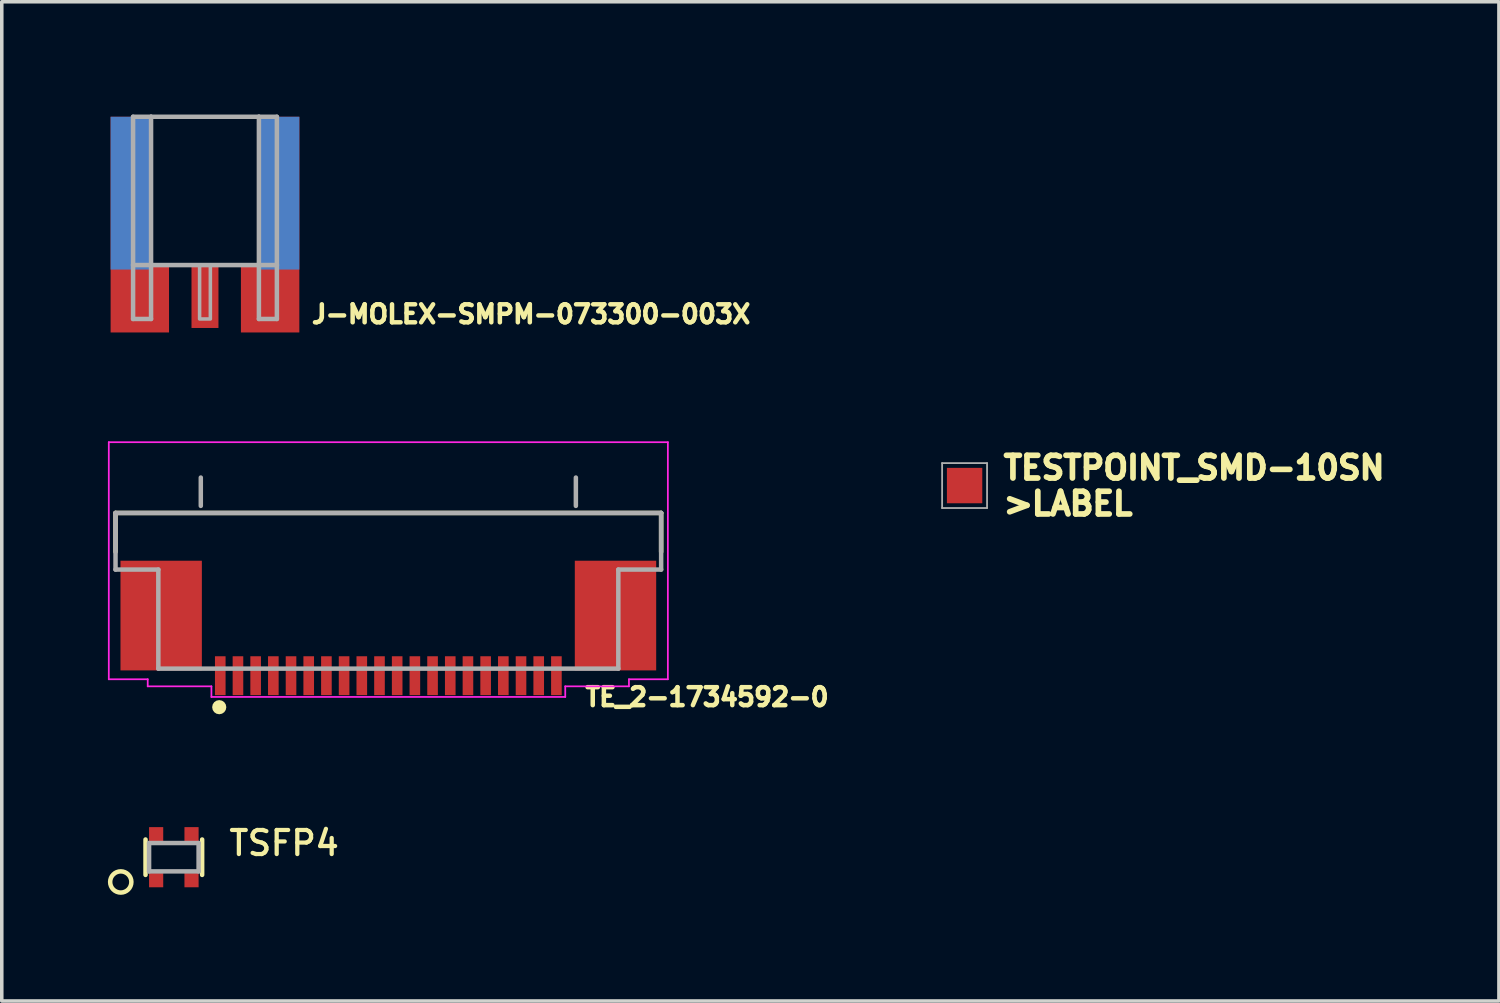
<source format=kicad_pcb>
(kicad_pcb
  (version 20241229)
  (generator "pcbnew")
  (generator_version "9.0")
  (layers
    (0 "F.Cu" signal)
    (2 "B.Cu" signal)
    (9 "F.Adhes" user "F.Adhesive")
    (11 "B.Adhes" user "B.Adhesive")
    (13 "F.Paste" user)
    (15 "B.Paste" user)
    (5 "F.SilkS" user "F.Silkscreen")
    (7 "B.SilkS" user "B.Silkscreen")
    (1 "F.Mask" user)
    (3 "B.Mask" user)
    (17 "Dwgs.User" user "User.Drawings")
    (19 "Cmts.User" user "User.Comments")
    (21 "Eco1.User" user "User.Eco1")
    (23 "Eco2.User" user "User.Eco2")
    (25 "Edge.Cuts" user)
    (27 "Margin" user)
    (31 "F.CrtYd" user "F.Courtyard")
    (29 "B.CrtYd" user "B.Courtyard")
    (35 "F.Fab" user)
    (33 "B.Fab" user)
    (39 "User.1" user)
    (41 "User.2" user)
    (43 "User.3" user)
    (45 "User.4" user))
  (footprint "TESTPOINT_SMD-10SN"
    (layer "F.Cu")
    (at 24.211 10.673)
    (property "Reference" "TESTPOINT_SMD-10SN" (at 1.016 -0.127 0) (layer "F.SilkS") (effects (font (size 0.642 0.642) (thickness 0.171)) (justify left bottom)))
    (fp_line (start -0.635 -0.635) (end -0.635 0.635) (stroke (width 0.051) (type solid)) (layer "F.Fab"))
    (fp_line (start -0.635 0.635) (end 0.635 0.635) (stroke (width 0.051) (type solid)) (layer "F.Fab"))
    (fp_line (start 0.635 -0.635) (end -0.635 -0.635) (stroke (width 0.051) (type solid)) (layer "F.Fab"))
    (fp_line (start 0.635 0.635) (end 0.635 -0.635) (stroke (width 0.051) (type solid)) (layer "F.Fab"))
    (fp_text user ">LABEL" (at 1.016 0.889 0) (layer "F.SilkS") (effects (font (size 0.642 0.642) (thickness 0.171)) (justify left bottom)))
    (pad "TP" smd rect (at 0 0) (size 1 1) (layers "F.Cu" "F.Mask")))
  (footprint "J-MOLEX-SMPM-073300-003X"
    (layer "F.Cu")
    (at 2.743 0.25)
    (property "Reference" "J-MOLEX-SMPM-073300-003X" (at 2.953 5.877 0) (layer "F.SilkS") (effects (font (size 0.508 0.508) (thickness 0.127)) (justify left bottom)))
    (fp_poly (pts (xy -1.575 4.191) (xy -1.016 4.191) (xy -1.016 6.096) (xy -2.667 6.096) (xy -2.667 0) (xy -1.575 0)) (stroke (width 0) (type solid)) (fill yes) (layer "F.Cu"))
    (fp_poly (pts (xy 2.667 6.096) (xy 1.016 6.096) (xy 1.016 4.191) (xy 1.575 4.191) (xy 1.575 0) (xy 2.667 0)) (stroke (width 0) (type solid)) (fill yes) (layer "F.Cu"))
    (fp_poly (pts (xy -1.448 4.115) (xy -0.94 4.115) (xy -0.94 6.172) (xy -2.743 6.172) (xy -2.743 -0.076) (xy -1.448 -0.076)) (stroke (width 0) (type solid)) (fill yes) (layer "F.Mask"))
    (fp_poly (pts (xy 2.743 6.172) (xy 0.94 6.172) (xy 0.94 4.115) (xy 1.448 4.115) (xy 1.448 -0.076) (xy 2.743 -0.076)) (stroke (width 0) (type solid)) (fill yes) (layer "F.Mask"))
    (fp_poly (pts (xy -1.575 4.318) (xy -2.667 4.318) (xy -2.667 0) (xy -1.575 0)) (stroke (width 0) (type solid)) (fill yes) (layer "B.Cu"))
    (fp_poly (pts (xy 2.667 4.318) (xy 1.575 4.318) (xy 1.575 0) (xy 2.667 0)) (stroke (width 0) (type solid)) (fill yes) (layer "B.Cu"))
    (fp_poly (pts (xy -1.448 4.394) (xy -2.743 4.394) (xy -2.743 -0.076) (xy -1.448 -0.076)) (stroke (width 0) (type solid)) (fill yes) (layer "B.Mask"))
    (fp_poly (pts (xy 2.743 4.394) (xy 1.448 4.394) (xy 1.448 -0.076) (xy 2.743 -0.076)) (stroke (width 0) (type solid)) (fill yes) (layer "B.Mask"))
    (fp_line (start -2.032 0) (end -2.032 4.191) (stroke (width 0.127) (type solid)) (layer "F.Fab"))
    (fp_line (start -2.032 4.191) (end -2.032 5.715) (stroke (width 0.127) (type solid)) (layer "F.Fab"))
    (fp_line (start -2.032 4.191) (end -1.524 4.191) (stroke (width 0.127) (type solid)) (layer "F.Fab"))
    (fp_line (start -2.032 5.715) (end -1.524 5.715) (stroke (width 0.127) (type solid)) (layer "F.Fab"))
    (fp_line (start -1.524 0) (end -2.032 0) (stroke (width 0.127) (type solid)) (layer "F.Fab"))
    (fp_line (start -1.524 0) (end -1.524 4.191) (stroke (width 0.127) (type solid)) (layer "F.Fab"))
    (fp_line (start -1.524 4.191) (end 1.524 4.191) (stroke (width 0.127) (type solid)) (layer "F.Fab"))
    (fp_line (start -1.524 5.715) (end -1.524 4.191) (stroke (width 0.127) (type solid)) (layer "F.Fab"))
    (fp_line (start 1.524 0) (end -1.524 0) (stroke (width 0.127) (type solid)) (layer "F.Fab"))
    (fp_line (start 1.524 0) (end 1.524 4.191) (stroke (width 0.127) (type solid)) (layer "F.Fab"))
    (fp_line (start 1.524 4.191) (end 2.032 4.191) (stroke (width 0.127) (type solid)) (layer "F.Fab"))
    (fp_line (start 1.524 5.715) (end 1.524 4.191) (stroke (width 0.127) (type solid)) (layer "F.Fab"))
    (fp_line (start 2.032 0) (end 1.524 0) (stroke (width 0.127) (type solid)) (layer "F.Fab"))
    (fp_line (start 2.032 4.191) (end 2.032 0) (stroke (width 0.127) (type solid)) (layer "F.Fab"))
    (fp_line (start 2.032 4.191) (end 2.032 5.715) (stroke (width 0.127) (type solid)) (layer "F.Fab"))
    (fp_line (start 2.032 5.715) (end 1.524 5.715) (stroke (width 0.127) (type solid)) (layer "F.Fab"))
    (fp_poly (pts (xy -0.152 5.715) (xy 0.152 5.715) (xy 0.152 4.191) (xy -0.152 4.191)) (stroke (width 0.1) (type solid)) (fill no) (layer "F.Fab"))
    (pad "P$1" smd rect (at -1.778 5.08) (size 0.508 0.508) (layers "F.Cu"))
    (pad "P$2" smd rect (at 1.778 5.08) (size 0.508 0.508) (layers "F.Cu"))
    (pad "P$3" smd rect (at -2.032 1.778 180) (size 0.508 0.508) (layers "B.Cu"))
    (pad "P$4" smd rect (at 2.032 1.778 180) (size 0.508 0.508) (layers "B.Cu"))
    (pad "RF" smd rect (at 0 5.08) (size 0.762 1.778) (layers "F.Cu" "F.Mask")))
  (footprint "TSFP4"
    (layer "F.Cu")
    (at 1.863 21.176)
    (property "Reference" "TSFP4" (at 1.5 0 0) (layer "F.SilkS") (effects (font (size 0.68 0.68) (thickness 0.12)) (justify left bottom)))
    (fp_line (start -0.8 -0.5) (end -0.8 0.5) (stroke (width 0.127) (type solid)) (layer "F.SilkS"))
    (fp_line (start 0.8 -0.5) (end 0.8 0.5) (stroke (width 0.127) (type solid)) (layer "F.SilkS"))
    (fp_circle (center -1.5 0.7) (end -1.2 0.7) (stroke (width 0.127) (type solid)) (fill no) (layer "F.SilkS"))
    (fp_line (start -0.7 -0.4) (end 0.7 -0.4) (stroke (width 0.127) (type solid)) (layer "F.Fab"))
    (fp_line (start -0.7 0.4) (end -0.7 -0.4) (stroke (width 0.127) (type solid)) (layer "F.Fab"))
    (fp_line (start 0.7 -0.4) (end 0.7 0.4) (stroke (width 0.127) (type solid)) (layer "F.Fab"))
    (fp_line (start 0.7 0.4) (end -0.7 0.4) (stroke (width 0.127) (type solid)) (layer "F.Fab"))
    (pad "1" smd rect (at -0.5 0.65) (size 0.4 0.4) (layers "F.Cu" "F.Mask" "F.Paste"))
    (pad "2" smd rect (at 0.5 0.65) (size 0.4 0.4) (layers "F.Cu" "F.Mask" "F.Paste"))
    (pad "3" smd rect (at 0.5 -0.65) (size 0.4 0.4) (layers "F.Cu" "F.Mask" "F.Paste"))
    (pad "4" smd rect (at -0.5 -0.65) (size 0.4 0.4) (layers "F.Cu" "F.Mask" "F.Paste")))
  (footprint "TE_2-1734592-0"
    (layer "F.Cu")
    (at 7.925 14.347)
    (property "Reference" "TE_2-1734592-0" (at 5.5 2.6 0) (layer "F.SilkS") (effects (font (size 0.508 0.508) (thickness 0.127)) (justify left bottom)))
    (fp_line (start -7.71 -2.9) (end -7.71 -1.8) (stroke (width 0.127) (type solid)) (layer "F.SilkS"))
    (fp_line (start 7.71 -2.9) (end -7.71 -2.9) (stroke (width 0.127) (type solid)) (layer "F.SilkS"))
    (fp_line (start 7.71 -1.8) (end 7.71 -2.9) (stroke (width 0.127) (type solid)) (layer "F.SilkS"))
    (fp_circle (center -4.779 2.589) (end -4.679 2.589) (stroke (width 0.2) (type solid)) (fill no) (layer "F.SilkS"))
    (fp_poly (pts (xy -7.2 1.1) (xy -5.6 1.1) (xy -5.6 -1.1) (xy -7.2 -1.1)) (stroke (width 0) (type solid)) (fill yes) (layer "F.Paste"))
    (fp_poly (pts (xy 5.7 1.1) (xy 7.3 1.1) (xy 7.3 -1.1) (xy 5.7 -1.1)) (stroke (width 0) (type solid)) (fill yes) (layer "F.Paste"))
    (fp_line (start -7.9 -4.9) (end -7.9 1.8) (stroke (width 0.05) (type solid)) (layer "F.CrtYd"))
    (fp_line (start -6.8 1.8) (end -7.9 1.8) (stroke (width 0.05) (type solid)) (layer "F.CrtYd"))
    (fp_line (start -6.8 2) (end -6.8 1.8) (stroke (width 0.05) (type solid)) (layer "F.CrtYd"))
    (fp_line (start -5 2) (end -6.8 2) (stroke (width 0.05) (type solid)) (layer "F.CrtYd"))
    (fp_line (start -5 2.3) (end -5 2) (stroke (width 0.05) (type solid)) (layer "F.CrtYd"))
    (fp_line (start -5 2.3) (end 5 2.3) (stroke (width 0.05) (type solid)) (layer "F.CrtYd"))
    (fp_line (start 5 2) (end 5 2.3) (stroke (width 0.05) (type solid)) (layer "F.CrtYd"))
    (fp_line (start 6.8 1.8) (end 6.8 2) (stroke (width 0.05) (type solid)) (layer "F.CrtYd"))
    (fp_line (start 6.8 2) (end 5 2) (stroke (width 0.05) (type solid)) (layer "F.CrtYd"))
    (fp_line (start 7.9 -4.9) (end -7.9 -4.9) (stroke (width 0.05) (type solid)) (layer "F.CrtYd"))
    (fp_line (start 7.9 1.8) (end 6.8 1.8) (stroke (width 0.05) (type solid)) (layer "F.CrtYd"))
    (fp_line (start 7.9 1.8) (end 7.9 -4.9) (stroke (width 0.05) (type solid)) (layer "F.CrtYd"))
    (fp_line (start -7.71 -1.3) (end -7.71 -2.9) (stroke (width 0.127) (type solid)) (layer "F.Fab"))
    (fp_line (start -6.5 -1.3) (end -7.71 -1.3) (stroke (width 0.127) (type solid)) (layer "F.Fab"))
    (fp_line (start -6.5 1.5) (end -6.5 -1.3) (stroke (width 0.127) (type solid)) (layer "F.Fab"))
    (fp_line (start -5.3 -3.1) (end -5.3 -3.9) (stroke (width 0.127) (type solid)) (layer "F.Fab"))
    (fp_line (start 5.3 -3.1) (end 5.3 -3.9) (stroke (width 0.127) (type solid)) (layer "F.Fab"))
    (fp_line (start 6.5 -1.3) (end 7.71 -1.3) (stroke (width 0.127) (type solid)) (layer "F.Fab"))
    (fp_line (start 6.5 1.5) (end -6.5 1.5) (stroke (width 0.127) (type solid)) (layer "F.Fab"))
    (fp_line (start 6.5 1.5) (end 6.5 -1.3) (stroke (width 0.127) (type solid)) (layer "F.Fab"))
    (fp_line (start 7.71 -2.9) (end -7.71 -2.9) (stroke (width 0.127) (type solid)) (layer "F.Fab"))
    (fp_line (start 7.71 -1.3) (end 7.71 -2.9) (stroke (width 0.127) (type solid)) (layer "F.Fab"))
    (pad "1" smd rect (at -4.75 1.7 90) (size 1.1 0.3) (layers "F.Cu" "F.Mask" "F.Paste"))
    (pad "2" smd rect (at -4.25 1.7 90) (size 1.1 0.3) (layers "F.Cu" "F.Mask" "F.Paste"))
    (pad "3" smd rect (at -3.75 1.7 90) (size 1.1 0.3) (layers "F.Cu" "F.Mask" "F.Paste"))
    (pad "4" smd rect (at -3.25 1.7 90) (size 1.1 0.3) (layers "F.Cu" "F.Mask" "F.Paste"))
    (pad "5" smd rect (at -2.75 1.7 90) (size 1.1 0.3) (layers "F.Cu" "F.Mask" "F.Paste"))
    (pad "6" smd rect (at -2.25 1.7 90) (size 1.1 0.3) (layers "F.Cu" "F.Mask" "F.Paste"))
    (pad "7" smd rect (at -1.75 1.7 90) (size 1.1 0.3) (layers "F.Cu" "F.Mask" "F.Paste"))
    (pad "8" smd rect (at -1.25 1.7 90) (size 1.1 0.3) (layers "F.Cu" "F.Mask" "F.Paste"))
    (pad "9" smd rect (at -0.75 1.7 90) (size 1.1 0.3) (layers "F.Cu" "F.Mask" "F.Paste"))
    (pad "10" smd rect (at -0.25 1.7 90) (size 1.1 0.3) (layers "F.Cu" "F.Mask" "F.Paste"))
    (pad "11" smd rect (at 0.25 1.7 90) (size 1.1 0.3) (layers "F.Cu" "F.Mask" "F.Paste"))
    (pad "12" smd rect (at 0.75 1.7 90) (size 1.1 0.3) (layers "F.Cu" "F.Mask" "F.Paste"))
    (pad "13" smd rect (at 1.25 1.7 90) (size 1.1 0.3) (layers "F.Cu" "F.Mask" "F.Paste"))
    (pad "14" smd rect (at 1.75 1.7 90) (size 1.1 0.3) (layers "F.Cu" "F.Mask" "F.Paste"))
    (pad "15" smd rect (at 2.25 1.7 90) (size 1.1 0.3) (layers "F.Cu" "F.Mask" "F.Paste"))
    (pad "16" smd rect (at 2.75 1.7 90) (size 1.1 0.3) (layers "F.Cu" "F.Mask" "F.Paste"))
    (pad "17" smd rect (at 3.25 1.7 90) (size 1.1 0.3) (layers "F.Cu" "F.Mask" "F.Paste"))
    (pad "18" smd rect (at 3.75 1.7 90) (size 1.1 0.3) (layers "F.Cu" "F.Mask" "F.Paste"))
    (pad "19" smd rect (at 4.25 1.7 90) (size 1.1 0.3) (layers "F.Cu" "F.Mask" "F.Paste"))
    (pad "20" smd rect (at 4.75 1.7 90) (size 1.1 0.3) (layers "F.Cu" "F.Mask" "F.Paste"))
    (pad "PAD1" smd rect (at 6.42 0 180) (size 2.3 3.1) (layers "F.Cu" "F.Mask"))
    (pad "PAD2" smd rect (at -6.42 0 180) (size 2.3 3.1) (layers "F.Cu" "F.Mask")))
  (gr_rect
    (start -3 -3)
    (end 39.312 25.24)
    (stroke (width 0.1) (type default))
    (fill no)
    (layer "Edge.Cuts")))
</source>
